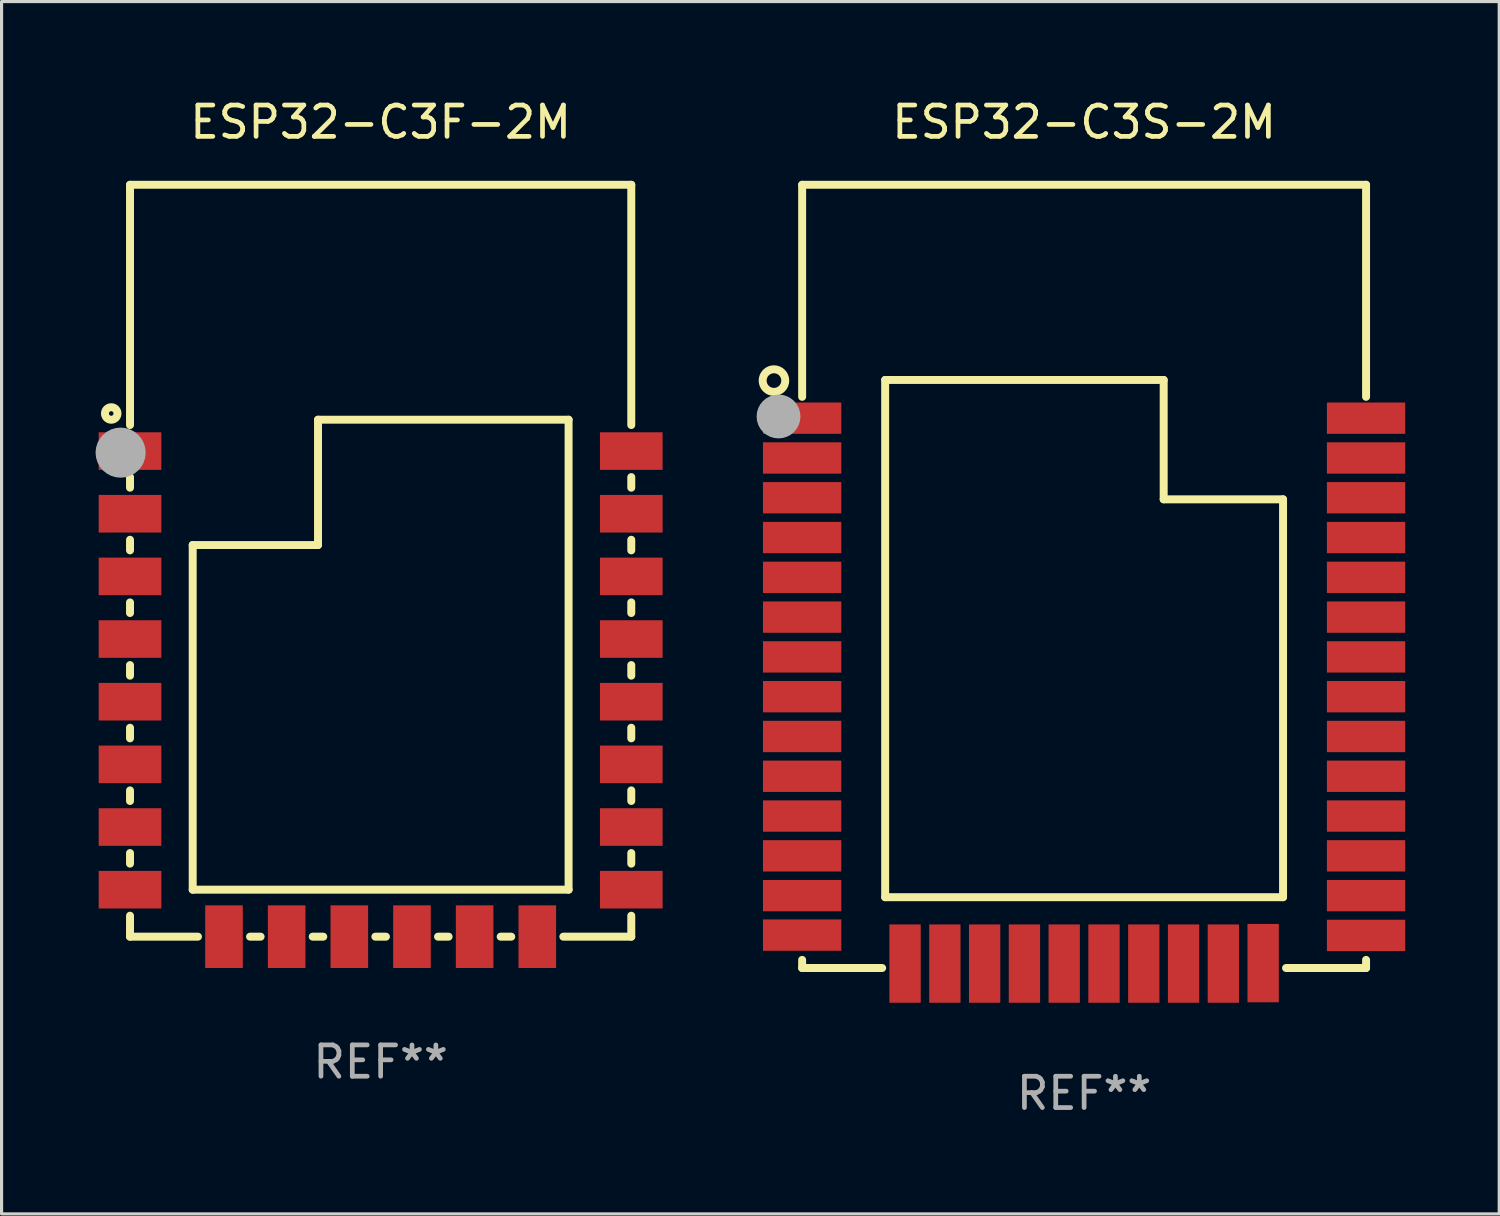
<source format=kicad_pcb>
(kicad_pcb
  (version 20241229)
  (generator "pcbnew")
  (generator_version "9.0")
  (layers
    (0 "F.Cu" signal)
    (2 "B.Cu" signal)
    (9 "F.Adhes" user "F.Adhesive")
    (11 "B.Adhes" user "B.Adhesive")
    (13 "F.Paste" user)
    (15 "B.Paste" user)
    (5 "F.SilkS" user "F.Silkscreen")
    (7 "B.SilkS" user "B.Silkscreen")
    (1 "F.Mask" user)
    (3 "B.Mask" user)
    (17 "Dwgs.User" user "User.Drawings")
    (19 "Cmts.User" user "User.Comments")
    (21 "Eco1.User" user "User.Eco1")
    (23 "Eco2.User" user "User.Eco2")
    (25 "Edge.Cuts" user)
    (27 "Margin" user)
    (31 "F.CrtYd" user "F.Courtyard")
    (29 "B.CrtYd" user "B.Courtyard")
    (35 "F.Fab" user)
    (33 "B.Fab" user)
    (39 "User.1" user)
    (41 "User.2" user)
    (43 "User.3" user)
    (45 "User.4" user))
  (footprint "ESP32-C3F-2M"
    (layer "F.Cu")
    (at 9.1 14.848)
    (property "Reference" "ESP32-C3F-2M" (at 0 -14 0) (layer "F.SilkS") (effects (font (size 1 1) (thickness 0.15))))
    (attr through_hole)
    (fp_line (start -8 -12) (end -8 -4.331) (stroke (width 0.254) (type solid)) (layer "F.SilkS"))
    (fp_line (start -8 -12) (end 8 -12) (stroke (width 0.254) (type solid)) (layer "F.SilkS"))
    (fp_line (start -8 -2.669) (end -8 -2.331) (stroke (width 0.254) (type solid)) (layer "F.SilkS"))
    (fp_line (start -8 -0.669) (end -8 -0.331) (stroke (width 0.254) (type solid)) (layer "F.SilkS"))
    (fp_line (start -8 1.331) (end -8 1.669) (stroke (width 0.254) (type solid)) (layer "F.SilkS"))
    (fp_line (start -8 3.331) (end -8 3.669) (stroke (width 0.254) (type solid)) (layer "F.SilkS"))
    (fp_line (start -8 5.331) (end -8 5.669) (stroke (width 0.254) (type solid)) (layer "F.SilkS"))
    (fp_line (start -8 7.331) (end -8 7.669) (stroke (width 0.254) (type solid)) (layer "F.SilkS"))
    (fp_line (start -8 9.331) (end -8 9.669) (stroke (width 0.254) (type solid)) (layer "F.SilkS"))
    (fp_line (start -8 11.331) (end -8 12) (stroke (width 0.254) (type solid)) (layer "F.SilkS"))
    (fp_line (start -8 12) (end -5.831 12) (stroke (width 0.254) (type solid)) (layer "F.SilkS"))
    (fp_line (start -5.999 -0.501) (end -5.999 10.5) (stroke (width 0.254) (type solid)) (layer "F.SilkS"))
    (fp_line (start -5.999 10.5) (end 5.999 10.5) (stroke (width 0.254) (type solid)) (layer "F.SilkS"))
    (fp_line (start -4.169 12) (end -3.831 12) (stroke (width 0.254) (type solid)) (layer "F.SilkS"))
    (fp_line (start -2.169 12) (end -1.831 12) (stroke (width 0.254) (type solid)) (layer "F.SilkS"))
    (fp_line (start -1.999 -4.501) (end -1.999 -0.501) (stroke (width 0.254) (type solid)) (layer "F.SilkS"))
    (fp_line (start -1.999 -0.501) (end -5.999 -0.501) (stroke (width 0.254) (type solid)) (layer "F.SilkS"))
    (fp_line (start -0.169 12) (end 0.169 12) (stroke (width 0.254) (type solid)) (layer "F.SilkS"))
    (fp_line (start 1.831 12) (end 2.169 12) (stroke (width 0.254) (type solid)) (layer "F.SilkS"))
    (fp_line (start 3.831 12) (end 4.169 12) (stroke (width 0.254) (type solid)) (layer "F.SilkS"))
    (fp_line (start 5.831 12) (end 8 12) (stroke (width 0.254) (type solid)) (layer "F.SilkS"))
    (fp_line (start 5.999 -4.501) (end -1.999 -4.501) (stroke (width 0.254) (type solid)) (layer "F.SilkS"))
    (fp_line (start 5.999 10.5) (end 5.999 -4.501) (stroke (width 0.254) (type solid)) (layer "F.SilkS"))
    (fp_line (start 8 -12) (end 8 -4.331) (stroke (width 0.254) (type solid)) (layer "F.SilkS"))
    (fp_line (start 8 -2.669) (end 8 -2.331) (stroke (width 0.254) (type solid)) (layer "F.SilkS"))
    (fp_line (start 8 -0.669) (end 8 -0.331) (stroke (width 0.254) (type solid)) (layer "F.SilkS"))
    (fp_line (start 8 1.331) (end 8 1.669) (stroke (width 0.254) (type solid)) (layer "F.SilkS"))
    (fp_line (start 8 3.331) (end 8 3.669) (stroke (width 0.254) (type solid)) (layer "F.SilkS"))
    (fp_line (start 8 5.331) (end 8 5.669) (stroke (width 0.254) (type solid)) (layer "F.SilkS"))
    (fp_line (start 8 7.331) (end 8 7.669) (stroke (width 0.254) (type solid)) (layer "F.SilkS"))
    (fp_line (start 8 9.331) (end 8 9.669) (stroke (width 0.254) (type solid)) (layer "F.SilkS"))
    (fp_line (start 8 11.331) (end 8 12) (stroke (width 0.254) (type solid)) (layer "F.SilkS"))
    (fp_circle (center -8.6 -4.7) (end -8.4 -4.7) (stroke (width 0.254) (type solid)) (fill no) (layer "F.SilkS"))
    (fp_circle (center -8 -12) (end -7.97 -12) (stroke (width 0.06) (type solid)) (fill no) (layer "F.SilkS"))
    (fp_circle (center -8.3 -3.45) (end -7.9 -3.45) (stroke (width 0.8) (type solid)) (fill no) (layer "F.Fab"))
    (fp_text user "REF**" (at 0 16 0) (layer "F.Fab") (effects (font (size 1 1) (thickness 0.15))))
    (pad "1" smd rect (at -8 -3.5 90) (size 1.2 2) (layers "F.Cu" "F.Mask" "F.Paste"))
    (pad "2" smd rect (at -8 -1.5 90) (size 1.2 2) (layers "F.Cu" "F.Mask" "F.Paste"))
    (pad "3" smd rect (at -8 0.5 90) (size 1.2 2) (layers "F.Cu" "F.Mask" "F.Paste"))
    (pad "4" smd rect (at -8 2.5 90) (size 1.2 2) (layers "F.Cu" "F.Mask" "F.Paste"))
    (pad "5" smd rect (at -8 4.5 90) (size 1.2 2) (layers "F.Cu" "F.Mask" "F.Paste"))
    (pad "6" smd rect (at -8 6.5 90) (size 1.2 2) (layers "F.Cu" "F.Mask" "F.Paste"))
    (pad "7" smd rect (at -8 8.5 90) (size 1.2 2) (layers "F.Cu" "F.Mask" "F.Paste"))
    (pad "8" smd rect (at -8 10.5 90) (size 1.2 2) (layers "F.Cu" "F.Mask" "F.Paste"))
    (pad "9" smd rect (at -5 12 180) (size 1.2 2) (layers "F.Cu" "F.Mask" "F.Paste"))
    (pad "10" smd rect (at -3 12 180) (size 1.2 2) (layers "F.Cu" "F.Mask" "F.Paste"))
    (pad "11" smd rect (at -1 12 180) (size 1.2 2) (layers "F.Cu" "F.Mask" "F.Paste"))
    (pad "12" smd rect (at 1 12 180) (size 1.2 2) (layers "F.Cu" "F.Mask" "F.Paste"))
    (pad "13" smd rect (at 3 12 180) (size 1.2 2) (layers "F.Cu" "F.Mask" "F.Paste"))
    (pad "14" smd rect (at 5 12 180) (size 1.2 2) (layers "F.Cu" "F.Mask" "F.Paste"))
    (pad "15" smd rect (at 8 10.5 270) (size 1.2 2) (layers "F.Cu" "F.Mask" "F.Paste"))
    (pad "16" smd rect (at 8 8.5 270) (size 1.2 2) (layers "F.Cu" "F.Mask" "F.Paste"))
    (pad "17" smd rect (at 8 6.5 270) (size 1.2 2) (layers "F.Cu" "F.Mask" "F.Paste"))
    (pad "18" smd rect (at 8 4.5 270) (size 1.2 2) (layers "F.Cu" "F.Mask" "F.Paste"))
    (pad "19" smd rect (at 8 2.5 270) (size 1.2 2) (layers "F.Cu" "F.Mask" "F.Paste"))
    (pad "20" smd rect (at 8 0.5 270) (size 1.2 2) (layers "F.Cu" "F.Mask" "F.Paste"))
    (pad "21" smd rect (at 8 -1.5 270) (size 1.2 2) (layers "F.Cu" "F.Mask" "F.Paste"))
    (pad "22" smd rect (at 8 -3.5 270) (size 1.2 2) (layers "F.Cu" "F.Mask" "F.Paste")))
  (footprint "ESP32-C3S-2M"
    (layer "F.Cu")
    (at 31.554 15.348)
    (property "Reference" "ESP32-C3S-2M" (at 0 -14.5 0) (layer "F.SilkS") (effects (font (size 1 1) (thickness 0.15))))
    (attr through_hole)
    (fp_line (start -9 -12.5) (end -9 -5.731) (stroke (width 0.254) (type solid)) (layer "F.SilkS"))
    (fp_line (start -9 -12.5) (end 9 -12.5) (stroke (width 0.254) (type solid)) (layer "F.SilkS"))
    (fp_line (start -9 12.241) (end -9 12.5) (stroke (width 0.254) (type solid)) (layer "F.SilkS"))
    (fp_line (start -9 12.5) (end -6.446 12.5) (stroke (width 0.254) (type solid)) (layer "F.SilkS"))
    (fp_line (start -6.35 -6.27) (end -6.35 10.24) (stroke (width 0.254) (type solid)) (layer "F.SilkS"))
    (fp_line (start -6.35 10.24) (end 6.35 10.24) (stroke (width 0.254) (type solid)) (layer "F.SilkS"))
    (fp_line (start 2.54 -6.27) (end -6.35 -6.27) (stroke (width 0.254) (type solid)) (layer "F.SilkS"))
    (fp_line (start 2.54 -2.46) (end 2.54 -6.27) (stroke (width 0.254) (type solid)) (layer "F.SilkS"))
    (fp_line (start 6.35 -2.46) (end 2.54 -2.46) (stroke (width 0.254) (type solid)) (layer "F.SilkS"))
    (fp_line (start 6.35 10.24) (end 6.35 -2.46) (stroke (width 0.254) (type solid)) (layer "F.SilkS"))
    (fp_line (start 6.446 12.5) (end 9 12.5) (stroke (width 0.254) (type solid)) (layer "F.SilkS"))
    (fp_line (start 9 -12.5) (end 9 -5.731) (stroke (width 0.254) (type solid)) (layer "F.SilkS"))
    (fp_line (start 9 12.241) (end 9 12.5) (stroke (width 0.254) (type solid)) (layer "F.SilkS"))
    (fp_circle (center -9.9 -6.25) (end -9.539 -6.25) (stroke (width 0.254) (type solid)) (fill no) (layer "F.SilkS"))
    (fp_circle (center -9 -12.55) (end -8.97 -12.55) (stroke (width 0.06) (type solid)) (fill no) (layer "F.SilkS"))
    (fp_circle (center -9.754 -5.104) (end -9.404 -5.104) (stroke (width 0.7) (type solid)) (fill no) (layer "F.Fab"))
    (fp_text user "REF**" (at 0 16.5 0) (layer "F.Fab") (effects (font (size 1 1) (thickness 0.15))))
    (pad "1" smd rect (at -9 -5.05) (size 2.5 1) (layers "F.Cu" "F.Mask" "F.Paste"))
    (pad "2" smd rect (at -9 -3.78) (size 2.5 1) (layers "F.Cu" "F.Mask" "F.Paste"))
    (pad "3" smd rect (at -9 -2.51) (size 2.5 1) (layers "F.Cu" "F.Mask" "F.Paste"))
    (pad "4" smd rect (at -9 -1.24) (size 2.5 1) (layers "F.Cu" "F.Mask" "F.Paste"))
    (pad "5" smd rect (at -9 0.03) (size 2.5 1) (layers "F.Cu" "F.Mask" "F.Paste"))
    (pad "6" smd rect (at -9 1.3) (size 2.5 1) (layers "F.Cu" "F.Mask" "F.Paste"))
    (pad "7" smd rect (at -9 2.57) (size 2.5 1) (layers "F.Cu" "F.Mask" "F.Paste"))
    (pad "8" smd rect (at -9 3.84) (size 2.5 1) (layers "F.Cu" "F.Mask" "F.Paste"))
    (pad "9" smd rect (at -9 5.11) (size 2.5 1) (layers "F.Cu" "F.Mask" "F.Paste"))
    (pad "10" smd rect (at -9 6.38) (size 2.5 1) (layers "F.Cu" "F.Mask" "F.Paste"))
    (pad "11" smd rect (at -9 7.65) (size 2.5 1) (layers "F.Cu" "F.Mask" "F.Paste"))
    (pad "12" smd rect (at -9 8.92) (size 2.5 1) (layers "F.Cu" "F.Mask" "F.Paste"))
    (pad "13" smd rect (at -9 10.19) (size 2.5 1) (layers "F.Cu" "F.Mask" "F.Paste"))
    (pad "14" smd rect (at -9 11.45) (size 2.5 1) (layers "F.Cu" "F.Mask" "F.Paste"))
    (pad "15" smd rect (at -5.715 12.359) (size 1 2.5) (layers "F.Cu" "F.Mask" "F.Paste"))
    (pad "16" smd rect (at -4.445 12.359) (size 1 2.5) (layers "F.Cu" "F.Mask" "F.Paste"))
    (pad "17" smd rect (at -3.175 12.359) (size 1 2.5) (layers "F.Cu" "F.Mask" "F.Paste"))
    (pad "18" smd rect (at -1.905 12.359) (size 1 2.5) (layers "F.Cu" "F.Mask" "F.Paste"))
    (pad "19" smd rect (at -0.635 12.359) (size 1 2.5) (layers "F.Cu" "F.Mask" "F.Paste"))
    (pad "20" smd rect (at 0.635 12.359) (size 1 2.5) (layers "F.Cu" "F.Mask" "F.Paste"))
    (pad "21" smd rect (at 1.905 12.359) (size 1 2.5) (layers "F.Cu" "F.Mask" "F.Paste"))
    (pad "22" smd rect (at 3.175 12.359) (size 1 2.5) (layers "F.Cu" "F.Mask" "F.Paste"))
    (pad "23" smd rect (at 4.445 12.359) (size 1 2.5) (layers "F.Cu" "F.Mask" "F.Paste"))
    (pad "24" smd rect (at 5.715 12.344) (size 1 2.5) (layers "F.Cu" "F.Mask" "F.Paste"))
    (pad "25" smd rect (at 9 11.46) (size 2.5 1) (layers "F.Cu" "F.Mask" "F.Paste"))
    (pad "26" smd rect (at 9 10.19) (size 2.5 1) (layers "F.Cu" "F.Mask" "F.Paste"))
    (pad "27" smd rect (at 9 8.92) (size 2.5 1) (layers "F.Cu" "F.Mask" "F.Paste"))
    (pad "28" smd rect (at 9 7.65) (size 2.5 1) (layers "F.Cu" "F.Mask" "F.Paste"))
    (pad "29" smd rect (at 9 6.38) (size 2.5 1) (layers "F.Cu" "F.Mask" "F.Paste"))
    (pad "30" smd rect (at 9 5.11) (size 2.5 1) (layers "F.Cu" "F.Mask" "F.Paste"))
    (pad "31" smd rect (at 9 3.84) (size 2.5 1) (layers "F.Cu" "F.Mask" "F.Paste"))
    (pad "32" smd rect (at 9 2.57) (size 2.5 1) (layers "F.Cu" "F.Mask" "F.Paste"))
    (pad "33" smd rect (at 9 1.3) (size 2.5 1) (layers "F.Cu" "F.Mask" "F.Paste"))
    (pad "34" smd rect (at 9 0.03) (size 2.5 1) (layers "F.Cu" "F.Mask" "F.Paste"))
    (pad "35" smd rect (at 9 -1.24) (size 2.5 1) (layers "F.Cu" "F.Mask" "F.Paste"))
    (pad "36" smd rect (at 9 -2.51) (size 2.5 1) (layers "F.Cu" "F.Mask" "F.Paste"))
    (pad "37" smd rect (at 9 -3.78) (size 2.5 1) (layers "F.Cu" "F.Mask" "F.Paste"))
    (pad "38" smd rect (at 9 -5.05) (size 2.5 1) (layers "F.Cu" "F.Mask" "F.Paste")))
  (gr_rect
    (start -3 -3)
    (end 44.804 35.697)
    (stroke (width 0.1) (type default))
    (fill no)
    (layer "Edge.Cuts")))
</source>
